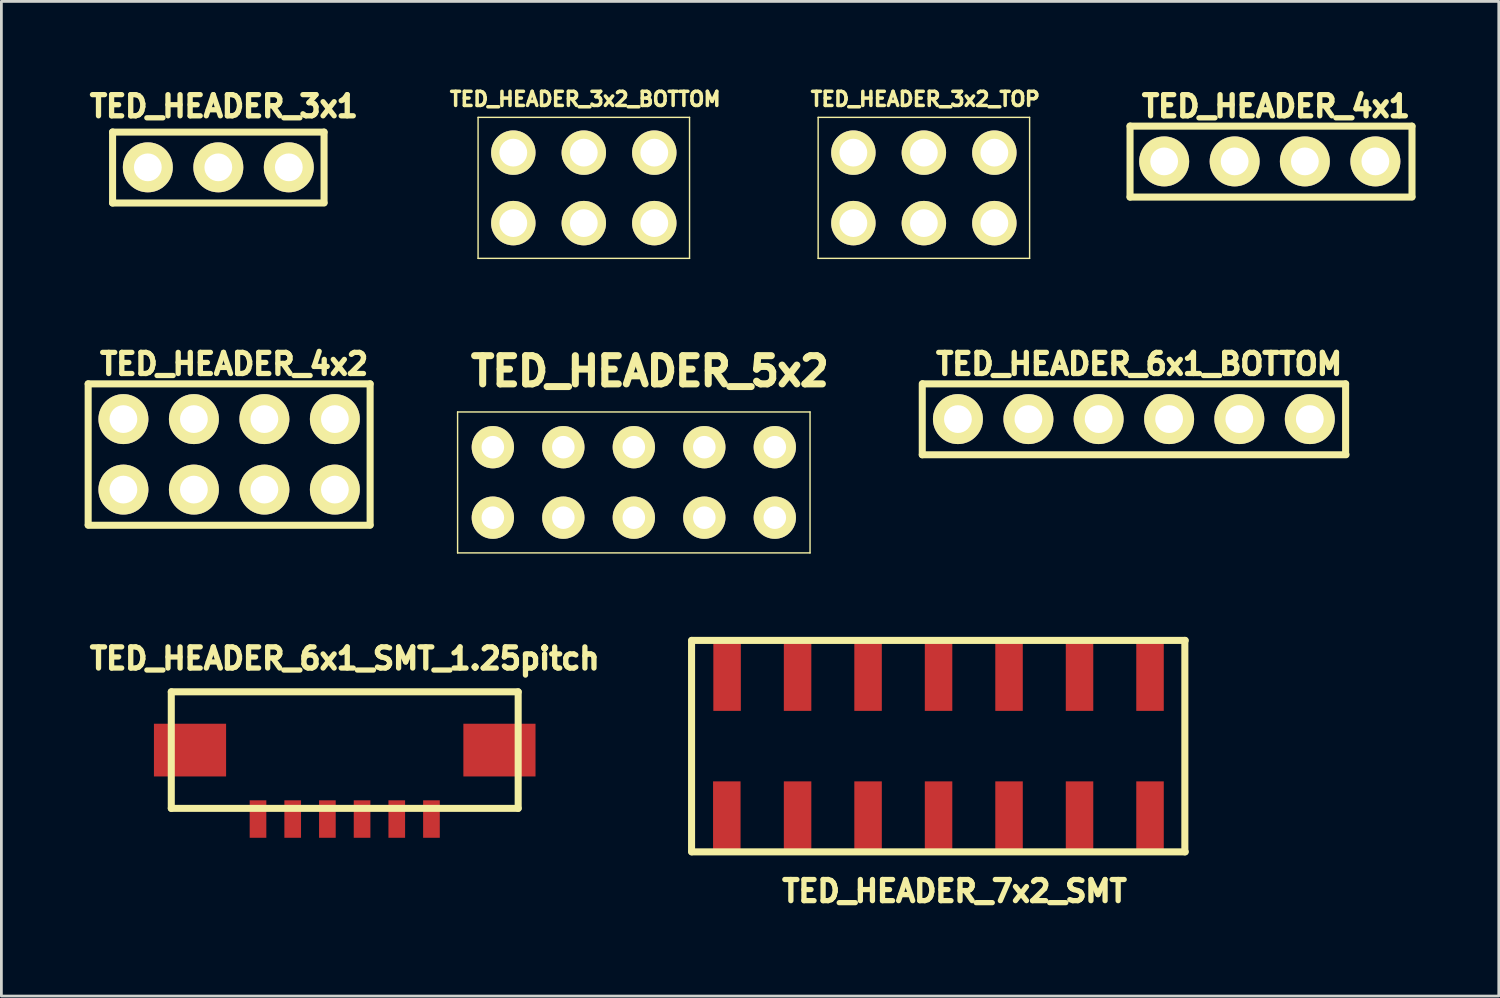
<source format=kicad_pcb>
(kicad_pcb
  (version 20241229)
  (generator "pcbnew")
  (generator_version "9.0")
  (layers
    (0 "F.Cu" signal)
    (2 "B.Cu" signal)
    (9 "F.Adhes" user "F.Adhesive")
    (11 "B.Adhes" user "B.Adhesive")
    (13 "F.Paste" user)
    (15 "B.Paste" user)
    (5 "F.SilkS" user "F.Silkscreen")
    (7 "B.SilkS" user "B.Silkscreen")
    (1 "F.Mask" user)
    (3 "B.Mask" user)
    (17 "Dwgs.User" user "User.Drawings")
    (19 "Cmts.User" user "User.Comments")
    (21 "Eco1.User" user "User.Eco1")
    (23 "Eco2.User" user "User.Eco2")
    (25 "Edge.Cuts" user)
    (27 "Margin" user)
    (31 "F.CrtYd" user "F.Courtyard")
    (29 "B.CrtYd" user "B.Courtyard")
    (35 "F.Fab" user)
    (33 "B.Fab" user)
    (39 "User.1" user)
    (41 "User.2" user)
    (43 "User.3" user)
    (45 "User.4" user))
  (footprint "TED_HEADER_3x2_BOTTOM"
    (layer "F.Cu")
    (at 17.987 3.72)
    (property "Reference" "TED_HEADER_3x2_BOTTOM" (at 0.05 -3.2 0) (layer "F.SilkS") (effects (font (size 0.508 0.508) (thickness 0.127))))
    (attr through_hole)
    (fp_line (start -3.81 -2.54) (end 3.81 -2.54) (stroke (width 0.051) (type solid)) (layer "F.SilkS"))
    (fp_line (start -3.81 2.54) (end -3.81 -2.54) (stroke (width 0.051) (type solid)) (layer "F.SilkS"))
    (fp_line (start 3.81 -2.54) (end 3.81 2.54) (stroke (width 0.051) (type solid)) (layer "F.SilkS"))
    (fp_line (start 3.81 2.54) (end -3.81 2.54) (stroke (width 0.051) (type solid)) (layer "F.SilkS"))
    (pad "1" thru_hole circle (at -2.54 1.27) (size 1.6 1.6) (drill 1) (layers "*.Mask" "F.Cu" "F.SilkS"))
    (pad "2" thru_hole circle (at 0 1.27) (size 1.6 1.6) (drill 1) (layers "*.Mask" "F.Cu" "F.SilkS"))
    (pad "3" thru_hole circle (at 2.54 1.27) (size 1.6 1.6) (drill 1) (layers "*.Mask" "F.Cu" "F.SilkS"))
    (pad "4" thru_hole circle (at 2.54 -1.27) (size 1.6 1.6) (drill 1) (layers "*.Mask" "F.Cu" "F.SilkS"))
    (pad "5" thru_hole circle (at 0 -1.27) (size 1.6 1.6) (drill 1) (layers "*.Mask" "F.Cu" "F.SilkS"))
    (pad "6" thru_hole circle (at -2.54 -1.27) (size 1.6 1.6) (drill 1) (layers "*.Mask" "F.Cu" "F.SilkS")))
  (footprint "TED_HEADER_3x1"
    (layer "F.Cu")
    (at 4.817 2.98)
    (property "Reference" "TED_HEADER_3x1" (at 0.2 -2.2 0) (layer "F.SilkS") (effects (font (size 0.762 0.762) (thickness 0.191))))
    (attr through_hole)
    (fp_line (start -3.81 1.285) (end -3.81 -1.275) (stroke (width 0.254) (type solid)) (layer "F.SilkS"))
    (fp_line (start 3.81 -1.27) (end -3.81 -1.27) (stroke (width 0.254) (type solid)) (layer "F.SilkS"))
    (fp_line (start 3.81 -1.27) (end 3.81 1.27) (stroke (width 0.254) (type solid)) (layer "F.SilkS"))
    (fp_line (start 3.81 1.285) (end -3.81 1.285) (stroke (width 0.254) (type solid)) (layer "F.SilkS"))
    (pad "1" thru_hole circle (at -2.54 0) (size 1.8 1.8) (drill 1) (layers "*.Cu" "*.Mask" "F.SilkS"))
    (pad "2" thru_hole circle (at 0 0) (size 1.8 1.8) (drill 1) (layers "*.Cu" "*.Mask" "F.SilkS"))
    (pad "3" thru_hole circle (at 2.54 0) (size 1.8 1.8) (drill 1) (layers "*.Cu" "*.Mask" "F.SilkS")))
  (footprint "TED_HEADER_6x1_SMT_1.25pitch"
    (layer "F.Cu")
    (at 9.372 23.979)
    (property "Reference" "TED_HEADER_6x1_SMT_1.25pitch" (at 0 -3.3 0) (layer "F.SilkS") (effects (font (size 0.762 0.762) (thickness 0.191))))
    (attr through_hole)
    (fp_line (start -6.25 2.1) (end -6.25 -2.1) (stroke (width 0.254) (type solid)) (layer "F.SilkS"))
    (fp_line (start 6.25 -2.1) (end -6.25 -2.1) (stroke (width 0.254) (type solid)) (layer "F.SilkS"))
    (fp_line (start 6.25 -2.1) (end 6.25 2.1) (stroke (width 0.254) (type solid)) (layer "F.SilkS"))
    (fp_line (start 6.25 2.1) (end -6.25 2.1) (stroke (width 0.254) (type solid)) (layer "F.SilkS"))
    (pad "1" smd rect (at 3.125 2.485) (size 0.6 1.35) (layers "F.Cu" "F.Mask" "F.Paste"))
    (pad "2" smd rect (at 1.875 2.485) (size 0.6 1.35) (layers "F.Cu" "F.Mask" "F.Paste"))
    (pad "3" smd rect (at 0.625 2.485) (size 0.6 1.35) (layers "F.Cu" "F.Mask" "F.Paste"))
    (pad "4" smd rect (at -0.625 2.485) (size 0.6 1.35) (layers "F.Cu" "F.Mask" "F.Paste"))
    (pad "5" smd rect (at -1.875 2.485) (size 0.6 1.35) (layers "F.Cu" "F.Mask" "F.Paste"))
    (pad "6" smd rect (at -3.125 2.485) (size 0.6 1.35) (layers "F.Cu" "F.Mask" "F.Paste"))
    (pad "PAD" smd rect (at -5.575 0) (size 2.6 1.9) (layers "F.Cu" "F.Mask" "F.Paste"))
    (pad "PAD" smd rect (at 5.575 0) (size 2.6 1.9) (layers "F.Cu" "F.Mask" "F.Paste")))
  (footprint "TED_HEADER_4x2"
    (layer "F.Cu")
    (at 5.207 13.322)
    (property "Reference" "TED_HEADER_4x2" (at 0.178 -3.256 0) (layer "F.SilkS") (effects (font (size 0.762 0.762) (thickness 0.191))))
    (attr through_hole)
    (fp_line (start -5.08 2.54) (end -5.08 -2.54) (stroke (width 0.254) (type solid)) (layer "F.SilkS"))
    (fp_line (start 5.08 -2.54) (end -5.08 -2.54) (stroke (width 0.254) (type solid)) (layer "F.SilkS"))
    (fp_line (start 5.08 -2.54) (end 5.08 2.54) (stroke (width 0.254) (type solid)) (layer "F.SilkS"))
    (fp_line (start 5.08 2.555) (end -5.08 2.555) (stroke (width 0.254) (type solid)) (layer "F.SilkS"))
    (pad "1" thru_hole circle (at -3.81 1.27) (size 1.8 1.8) (drill 1) (layers "*.Cu" "*.Mask" "F.SilkS"))
    (pad "2" thru_hole circle (at -3.81 -1.27) (size 1.8 1.8) (drill 1) (layers "*.Cu" "*.Mask" "F.SilkS"))
    (pad "3" thru_hole circle (at -1.27 1.27) (size 1.8 1.8) (drill 1) (layers "*.Cu" "*.Mask" "F.SilkS"))
    (pad "4" thru_hole circle (at -1.27 -1.27) (size 1.8 1.8) (drill 1) (layers "*.Cu" "*.Mask" "F.SilkS"))
    (pad "5" thru_hole circle (at 1.27 1.27) (size 1.8 1.8) (drill 1) (layers "*.Cu" "*.Mask" "F.SilkS"))
    (pad "6" thru_hole circle (at 1.27 -1.27) (size 1.8 1.8) (drill 1) (layers "*.Cu" "*.Mask" "F.SilkS"))
    (pad "7" thru_hole circle (at 3.81 1.27) (size 1.8 1.8) (drill 1) (layers "*.Cu" "*.Mask" "F.SilkS"))
    (pad "8" thru_hole circle (at 3.81 -1.27) (size 1.8 1.8) (drill 1) (layers "*.Cu" "*.Mask" "F.SilkS")))
  (footprint "TED_HEADER_7x2_SMT"
    (layer "F.Cu")
    (at 30.77 23.836)
    (property "Reference" "TED_HEADER_7x2_SMT" (at 0.575 5.225 0) (layer "F.SilkS") (effects (font (size 0.762 0.762) (thickness 0.191))))
    (attr through_hole)
    (fp_line (start -8.9 3.81) (end -8.9 -3.81) (stroke (width 0.254) (type solid)) (layer "F.SilkS"))
    (fp_line (start 8.875 -3.81) (end 8.875 3.81) (stroke (width 0.254) (type solid)) (layer "F.SilkS"))
    (fp_line (start 8.89 -3.81) (end -8.89 -3.81) (stroke (width 0.254) (type solid)) (layer "F.SilkS"))
    (fp_line (start 8.89 3.81) (end -8.89 3.81) (stroke (width 0.254) (type solid)) (layer "F.SilkS"))
    (pad "1" smd rect (at -7.63 2.54) (size 0.991 2.54) (layers "F.Cu" "F.Mask" "F.Paste"))
    (pad "2" smd rect (at -5.08 2.54) (size 0.991 2.54) (layers "F.Cu" "F.Mask" "F.Paste"))
    (pad "3" smd rect (at -2.54 2.54) (size 0.991 2.54) (layers "F.Cu" "F.Mask" "F.Paste"))
    (pad "4" smd rect (at 0 2.54) (size 0.991 2.54) (layers "F.Cu" "F.Mask" "F.Paste"))
    (pad "5" smd rect (at 2.54 2.54) (size 0.991 2.54) (layers "F.Cu" "F.Mask" "F.Paste"))
    (pad "6" smd rect (at 5.08 2.54) (size 0.991 2.54) (layers "F.Cu" "F.Mask" "F.Paste"))
    (pad "7" smd rect (at 7.62 2.54) (size 0.991 2.54) (layers "F.Cu" "F.Mask" "F.Paste"))
    (pad "8" smd rect (at 7.62 -2.54) (size 0.991 2.54) (layers "F.Cu" "F.Mask" "F.Paste"))
    (pad "9" smd rect (at 5.08 -2.54) (size 0.991 2.54) (layers "F.Cu" "F.Mask" "F.Paste"))
    (pad "10" smd rect (at 2.54 -2.54) (size 0.991 2.54) (layers "F.Cu" "F.Mask" "F.Paste"))
    (pad "11" smd rect (at 0 -2.54) (size 0.991 2.54) (layers "F.Cu" "F.Mask" "F.Paste"))
    (pad "12" smd rect (at -2.54 -2.54) (size 0.991 2.54) (layers "F.Cu" "F.Mask" "F.Paste"))
    (pad "13" smd rect (at -5.08 -2.54) (size 0.991 2.54) (layers "F.Cu" "F.Mask" "F.Paste"))
    (pad "14" smd rect (at -7.62 -2.54) (size 0.991 2.54) (layers "F.Cu" "F.Mask" "F.Paste")))
  (footprint "TED_HEADER_4x1"
    (layer "F.Cu")
    (at 42.75 2.766)
    (property "Reference" "TED_HEADER_4x1" (at 0.178 -1.986 0) (layer "F.SilkS") (effects (font (size 0.762 0.762) (thickness 0.191))))
    (attr through_hole)
    (fp_line (start -5.08 1.285) (end -5.08 -1.275) (stroke (width 0.254) (type solid)) (layer "F.SilkS"))
    (fp_line (start 5.08 -1.27) (end -5.08 -1.27) (stroke (width 0.254) (type solid)) (layer "F.SilkS"))
    (fp_line (start 5.08 -1.27) (end 5.08 1.27) (stroke (width 0.254) (type solid)) (layer "F.SilkS"))
    (fp_line (start 5.08 1.285) (end -5.08 1.285) (stroke (width 0.254) (type solid)) (layer "F.SilkS"))
    (pad "1" thru_hole circle (at -3.85 0) (size 1.8 1.8) (drill 1) (layers "*.Cu" "*.Mask" "F.SilkS"))
    (pad "2" thru_hole circle (at -1.31 0) (size 1.8 1.8) (drill 1) (layers "*.Cu" "*.Mask" "F.SilkS"))
    (pad "3" thru_hole circle (at 1.22 0) (size 1.8 1.8) (drill 1) (layers "*.Cu" "*.Mask" "F.SilkS"))
    (pad "4" thru_hole circle (at 3.76 0) (size 1.8 1.8) (drill 1) (layers "*.Cu" "*.Mask" "F.SilkS")))
  (footprint "TED_HEADER_3x2_TOP"
    (layer "F.Cu")
    (at 30.241 3.72)
    (property "Reference" "TED_HEADER_3x2_TOP" (at 0.05 -3.2 0) (layer "F.SilkS") (effects (font (size 0.508 0.508) (thickness 0.127))))
    (attr through_hole)
    (fp_line (start -3.81 -2.54) (end 3.81 -2.54) (stroke (width 0.051) (type solid)) (layer "F.SilkS"))
    (fp_line (start -3.81 2.54) (end -3.81 -2.54) (stroke (width 0.051) (type solid)) (layer "F.SilkS"))
    (fp_line (start 3.81 -2.54) (end 3.81 2.54) (stroke (width 0.051) (type solid)) (layer "F.SilkS"))
    (fp_line (start 3.81 2.54) (end -3.81 2.54) (stroke (width 0.051) (type solid)) (layer "F.SilkS"))
    (pad "1" thru_hole circle (at -2.54 1.27) (size 1.6 1.6) (drill 1) (layers "*.Mask" "B.Cu" "F.SilkS"))
    (pad "2" thru_hole circle (at 0 1.27) (size 1.6 1.6) (drill 1) (layers "*.Mask" "B.Cu" "F.SilkS"))
    (pad "3" thru_hole circle (at 2.54 1.27) (size 1.6 1.6) (drill 1) (layers "*.Mask" "B.Cu" "F.SilkS"))
    (pad "4" thru_hole circle (at 2.54 -1.27) (size 1.6 1.6) (drill 1) (layers "*.Mask" "B.Cu" "F.SilkS"))
    (pad "5" thru_hole circle (at 0 -1.27) (size 1.6 1.6) (drill 1) (layers "*.Mask" "B.Cu" "F.SilkS"))
    (pad "6" thru_hole circle (at -2.54 -1.27) (size 1.6 1.6) (drill 1) (layers "*.Mask" "B.Cu" "F.SilkS")))
  (footprint "TED_HEADER_5x2"
    (layer "F.Cu")
    (at 19.789 14.334)
    (property "Reference" "TED_HEADER_5x2" (at 0.577 -4.008 0) (layer "F.SilkS") (effects (font (size 1.016 1.016) (thickness 0.254))))
    (attr through_hole)
    (fp_line (start -6.35 -2.54) (end 6.35 -2.54) (stroke (width 0.051) (type solid)) (layer "F.SilkS"))
    (fp_line (start -6.35 2.54) (end -6.35 -2.54) (stroke (width 0.051) (type solid)) (layer "F.SilkS"))
    (fp_line (start 6.35 -2.54) (end 6.35 2.54) (stroke (width 0.051) (type solid)) (layer "F.SilkS"))
    (fp_line (start 6.35 2.54) (end -6.35 2.54) (stroke (width 0.051) (type solid)) (layer "F.SilkS"))
    (pad "1" thru_hole circle (at -5.08 1.27) (size 1.524 1.524) (drill 0.813) (layers "*.Mask" "B.Cu" "F.SilkS"))
    (pad "2" thru_hole circle (at -2.54 1.27) (size 1.524 1.524) (drill 0.813) (layers "*.Mask" "B.Cu" "F.SilkS"))
    (pad "3" thru_hole circle (at 0 1.27) (size 1.524 1.524) (drill 0.813) (layers "*.Mask" "B.Cu" "F.SilkS"))
    (pad "4" thru_hole circle (at 2.54 1.27) (size 1.524 1.524) (drill 0.813) (layers "*.Mask" "B.Cu" "F.SilkS"))
    (pad "5" thru_hole circle (at 5.08 1.27) (size 1.524 1.524) (drill 0.813) (layers "*.Mask" "B.Cu" "F.SilkS"))
    (pad "6" thru_hole circle (at 5.08 -1.27) (size 1.524 1.524) (drill 0.813) (layers "*.Mask" "B.Cu" "F.SilkS"))
    (pad "7" thru_hole circle (at 2.54 -1.27) (size 1.524 1.524) (drill 0.813) (layers "*.Mask" "B.Cu" "F.SilkS"))
    (pad "8" thru_hole circle (at 0 -1.27) (size 1.524 1.524) (drill 0.813) (layers "*.Mask" "B.Cu" "F.SilkS"))
    (pad "9" thru_hole circle (at -2.54 -1.27) (size 1.524 1.524) (drill 0.813) (layers "*.Mask" "B.Cu" "F.SilkS"))
    (pad "10" thru_hole circle (at -5.08 -1.27) (size 1.524 1.524) (drill 0.813) (layers "*.Mask" "B.Cu" "F.SilkS")))
  (footprint "TED_HEADER_6x1_BOTTOM"
    (layer "F.Cu")
    (at 37.818 12.052)
    (property "Reference" "TED_HEADER_6x1_BOTTOM" (at 0.178 -1.986 0) (layer "F.SilkS") (effects (font (size 0.762 0.762) (thickness 0.191))))
    (attr through_hole)
    (fp_line (start -7.635 1.285) (end -7.635 -1.275) (stroke (width 0.254) (type solid)) (layer "F.SilkS"))
    (fp_line (start 7.62 -1.27) (end -7.62 -1.27) (stroke (width 0.254) (type solid)) (layer "F.SilkS"))
    (fp_line (start 7.62 -1.27) (end 7.62 1.27) (stroke (width 0.254) (type solid)) (layer "F.SilkS"))
    (fp_line (start 7.635 1.285) (end -7.635 1.285) (stroke (width 0.254) (type solid)) (layer "F.SilkS"))
    (pad "1" thru_hole circle (at -6.35 0) (size 1.8 1.8) (drill 1) (layers "*.Mask" "F.Cu" "F.SilkS"))
    (pad "2" thru_hole circle (at -3.81 0) (size 1.8 1.8) (drill 1) (layers "*.Mask" "F.Cu" "F.SilkS"))
    (pad "3" thru_hole circle (at -1.28 0) (size 1.8 1.8) (drill 1) (layers "*.Mask" "F.Cu" "F.SilkS"))
    (pad "4" thru_hole circle (at 1.26 0) (size 1.8 1.8) (drill 1) (layers "*.Mask" "F.Cu" "F.SilkS"))
    (pad "5" thru_hole circle (at 3.79 0) (size 1.8 1.8) (drill 1) (layers "*.Mask" "F.Cu" "F.SilkS"))
    (pad "6" thru_hole circle (at 6.33 0) (size 1.8 1.8) (drill 1) (layers "*.Mask" "F.Cu" "F.SilkS")))
  (gr_rect
    (start -3 -3)
    (end 50.957 32.841)
    (stroke (width 0.1) (type default))
    (fill no)
    (layer "Edge.Cuts")))
</source>
